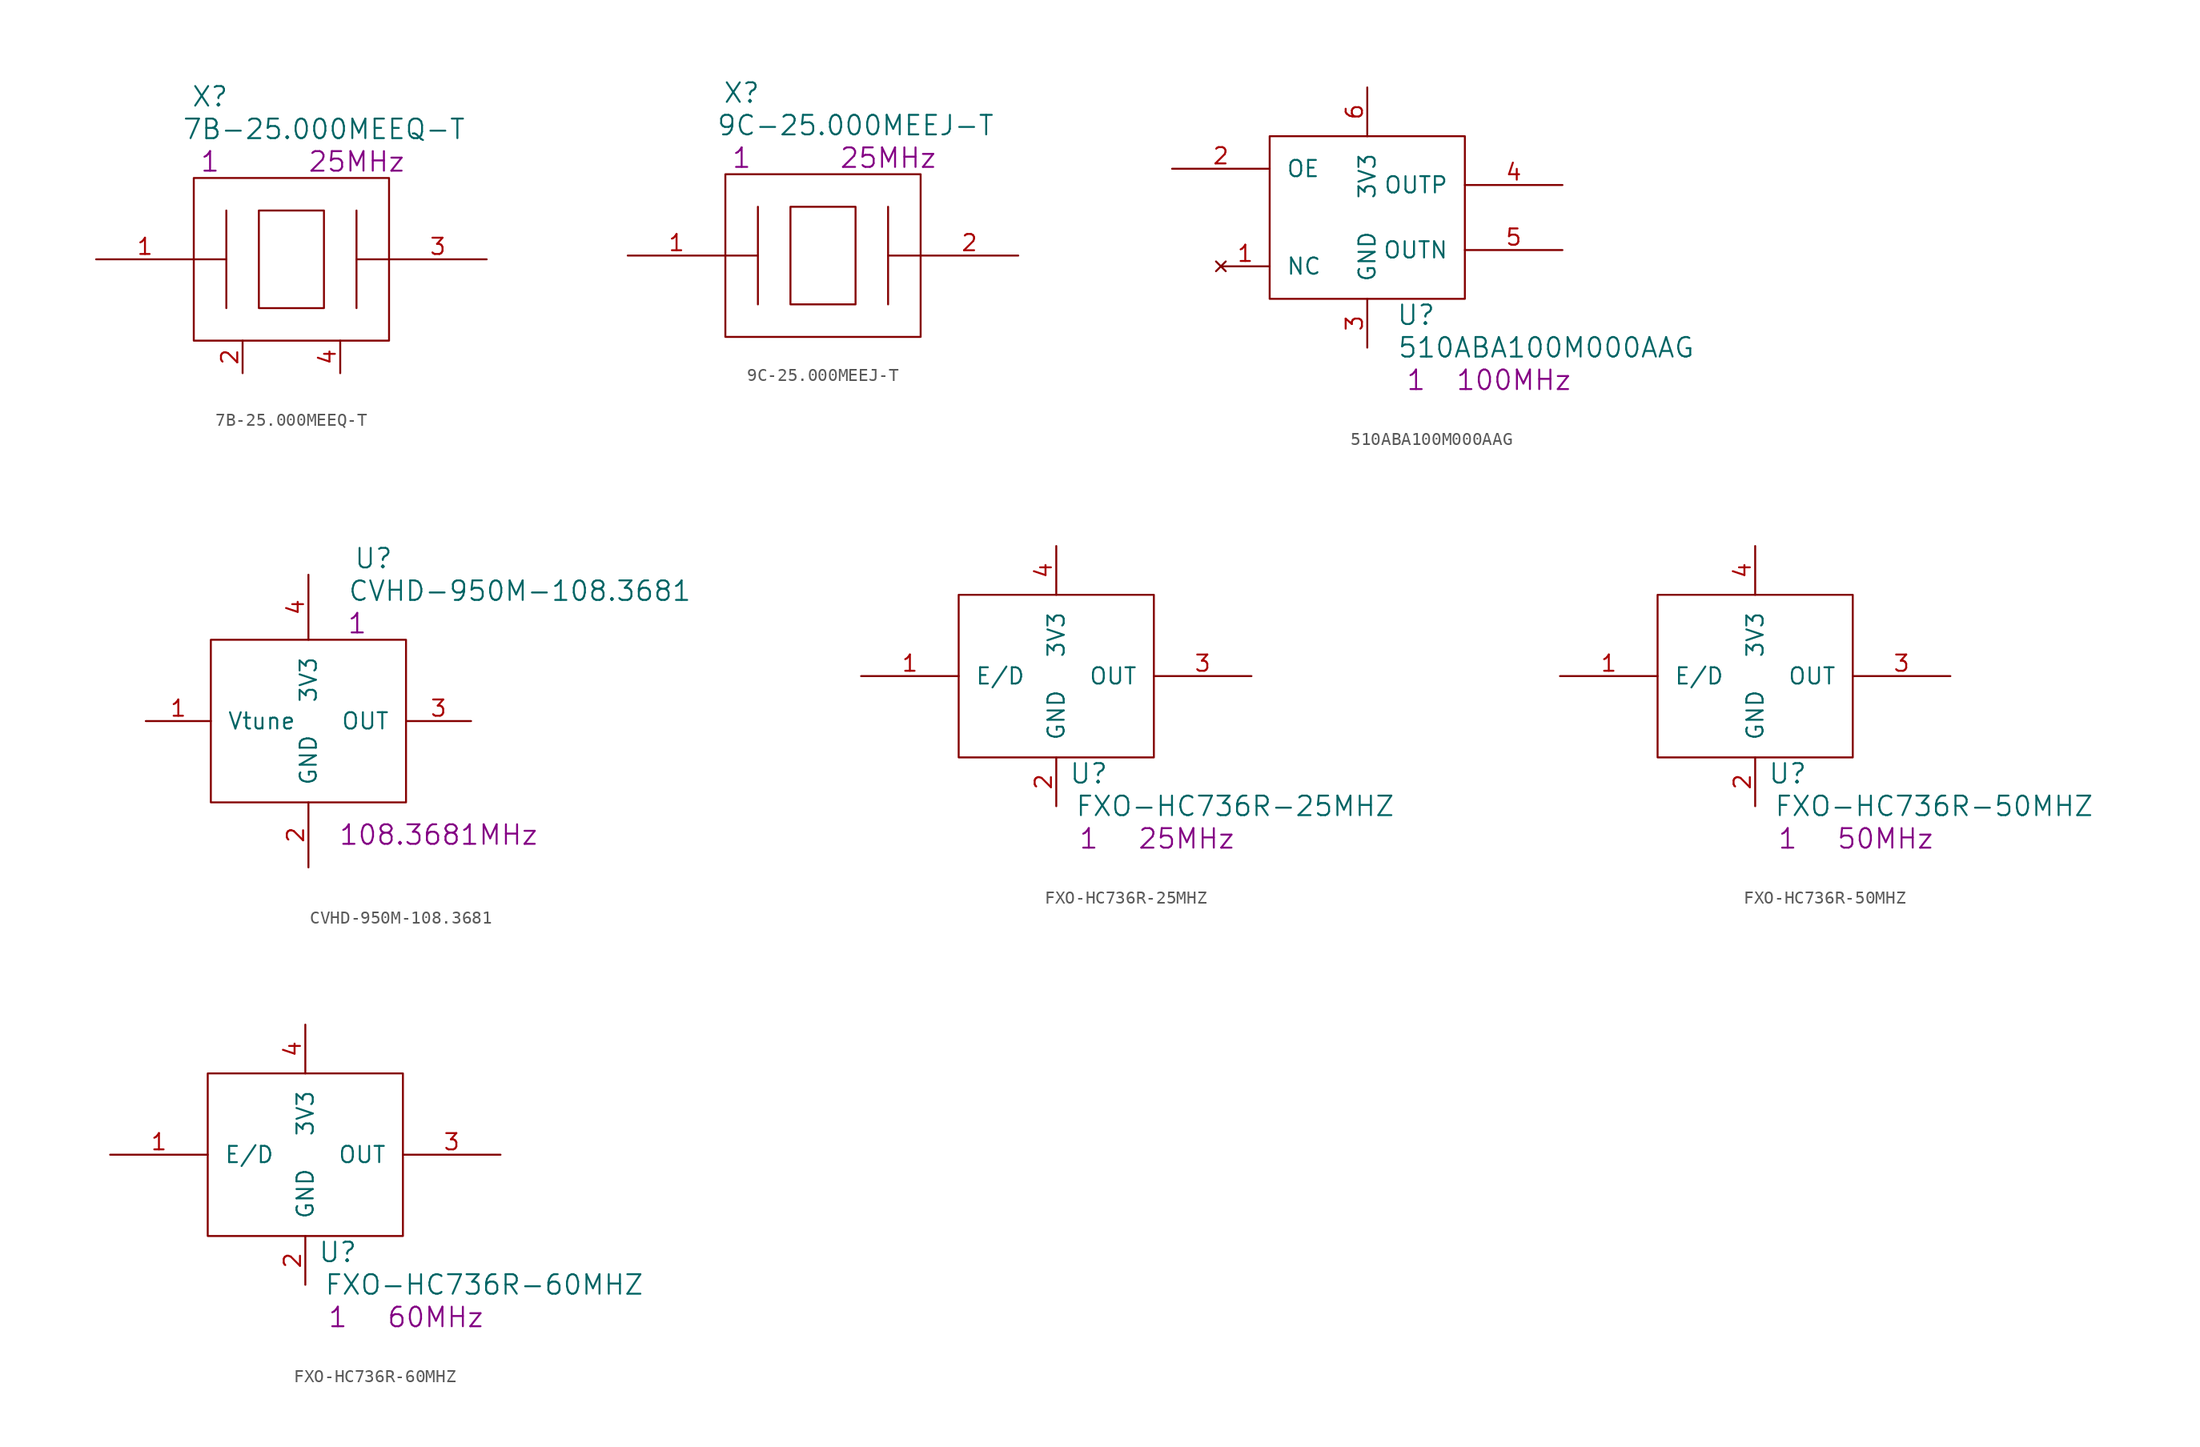
<source format=kicad_sym>
(kicad_symbol_lib
  (version 20211014)
  (generator kicad_symbol_editor)
  (symbol "7B-25.000MEEQ-T"
    (pin_names
      (offset 1.27) hide)
    (property "Reference" "X"
      (at 8.89 12.7 0)
      (effects (font (size 1.524 1.524))))
    (property "Value" "7B-25.000MEEQ-T"
      (at 17.78 10.16 0)
      (effects (font (size 1.524 1.524))))
    (property "Datasheet" ""
      (at 0 0 0)
      (effects (font (size 1.524 1.524))))
    (property "Qty" "1"
      (at 8.89 7.62 0)
      (effects (font (size 1.524 1.524))))
    (property "Desc1" "25MHz"
      (at 20.32 7.62 0)
      (effects (font (size 1.524 1.524))))
    (symbol "7B-25.000MEEQ-T_0_1"
      (polyline (pts (xy 10.16 0) (xy 7.62 0)) (stroke (width 0) (type default) (color 0 0 0 0)) (fill (type none)))
      (polyline (pts (xy 10.16 3.81) (xy 10.16 -3.81)) (stroke (width 0) (type default) (color 0 0 0 0)) (fill (type none)))
      (polyline (pts (xy 20.32 3.81) (xy 20.32 -3.81)) (stroke (width 0) (type default) (color 0 0 0 0)) (fill (type none)))
      (polyline (pts (xy 22.86 0) (xy 20.32 0)) (stroke (width 0) (type default) (color 0 0 0 0)) (fill (type none)))
      (rectangle (start 7.62 6.35) (end 22.86 -6.35) (stroke (width 0) (type default) (color 0 0 0 0)) (fill (type none)))
      (rectangle (start 12.7 3.81) (end 17.78 -3.81) (stroke (width 0) (type default) (color 0 0 0 0)) (fill (type none))))
    (symbol "7B-25.000MEEQ-T_1_1"
      (pin passive line (at 0 0 0) (length 7.62) (name "XI" (effects (font (size 1.27 1.27)))) (number "1" (effects (font (size 1.27 1.27)))))
      (pin power_in line (at 11.43 -8.89 90) (length 2.54) (name "GND" (effects (font (size 1.27 1.27)))) (number "2" (effects (font (size 1.27 1.27)))))
      (pin passive line (at 30.48 0 180) (length 7.62) (name "XO" (effects (font (size 1.27 1.27)))) (number "3" (effects (font (size 1.27 1.27)))))
      (pin power_in line (at 19.05 -8.89 90) (length 2.54) (name "GND" (effects (font (size 1.27 1.27)))) (number "4" (effects (font (size 1.27 1.27)))))))
  (symbol "9C-25.000MEEJ-T"
    (pin_names
      (offset 1.27) hide)
    (property "Reference" "X"
      (at 8.89 12.7 0)
      (effects (font (size 1.524 1.524))))
    (property "Value" "9C-25.000MEEJ-T"
      (at 17.78 10.16 0)
      (effects (font (size 1.524 1.524))))
    (property "Datasheet" ""
      (at 0 0 0)
      (effects (font (size 1.524 1.524))))
    (property "Qty" "1"
      (at 8.89 7.62 0)
      (effects (font (size 1.524 1.524))))
    (property "Desc1" "25MHz"
      (at 20.32 7.62 0)
      (effects (font (size 1.524 1.524))))
    (symbol "9C-25.000MEEJ-T_0_1"
      (polyline (pts (xy 10.16 0) (xy 7.62 0)) (stroke (width 0) (type default) (color 0 0 0 0)) (fill (type none)))
      (polyline (pts (xy 10.16 3.81) (xy 10.16 -3.81)) (stroke (width 0) (type default) (color 0 0 0 0)) (fill (type none)))
      (polyline (pts (xy 20.32 3.81) (xy 20.32 -3.81)) (stroke (width 0) (type default) (color 0 0 0 0)) (fill (type none)))
      (polyline (pts (xy 22.86 0) (xy 20.32 0)) (stroke (width 0) (type default) (color 0 0 0 0)) (fill (type none)))
      (rectangle (start 7.62 6.35) (end 22.86 -6.35) (stroke (width 0) (type default) (color 0 0 0 0)) (fill (type none)))
      (rectangle (start 12.7 3.81) (end 17.78 -3.81) (stroke (width 0) (type default) (color 0 0 0 0)) (fill (type none))))
    (symbol "9C-25.000MEEJ-T_1_1"
      (pin passive line (at 0 0 0) (length 7.62) (name "XI" (effects (font (size 1.27 1.27)))) (number "1" (effects (font (size 1.27 1.27)))))
      (pin passive line (at 30.48 0 180) (length 7.62) (name "XO" (effects (font (size 1.27 1.27)))) (number "2" (effects (font (size 1.27 1.27)))))))
  (symbol "510ABA100M000AAG"
    (pin_names
      (offset 1.27))
    (property "Reference" "U"
      (at 19.05 -11.43 0)
      (effects (font (size 1.524 1.524))))
    (property "Value" "510ABA100M000AAG"
      (at 29.21 -13.97 0)
      (effects (font (size 1.524 1.524))))
    (property "Datasheet" ""
      (at 0 -3.81 0)
      (effects (font (size 1.524 1.524))))
    (property "Qty" "1"
      (at 19.05 -16.51 0)
      (effects (font (size 1.524 1.524))))
    (property "Desc1" "100MHz"
      (at 26.67 -16.51 0)
      (effects (font (size 1.524 1.524))))
    (symbol "510ABA100M000AAG_0_1"
      (rectangle (start 7.62 2.54) (end 22.86 -10.16) (stroke (width 0) (type default) (color 0 0 0 0)) (fill (type none))))
    (symbol "510ABA100M000AAG_1_1"
      (pin no_connect line (at 3.81 -7.62 0) (length 3.81) (name "NC" (effects (font (size 1.27 1.27)))) (number "1" (effects (font (size 1.27 1.27)))))
      (pin input line (at 0 0 0) (length 7.62) (name "OE" (effects (font (size 1.27 1.27)))) (number "2" (effects (font (size 1.27 1.27)))))
      (pin power_out line (at 15.24 -13.97 90) (length 3.81) (name "GND" (effects (font (size 1.27 1.27)))) (number "3" (effects (font (size 1.27 1.27)))))
      (pin output line (at 30.48 -1.27 180) (length 7.62) (name "OUTP" (effects (font (size 1.27 1.27)))) (number "4" (effects (font (size 1.27 1.27)))))
      (pin output line (at 30.48 -6.35 180) (length 7.62) (name "OUTN" (effects (font (size 1.27 1.27)))) (number "5" (effects (font (size 1.27 1.27)))))
      (pin power_in line (at 15.24 6.35 270) (length 3.81) (name "3V3" (effects (font (size 1.27 1.27)))) (number "6" (effects (font (size 1.27 1.27)))))))
  (symbol "CVHD-950M-108.3681"
    (pin_names
      (offset 1.27))
    (property "Reference" "U"
      (at 17.78 12.7 0)
      (effects (font (size 1.524 1.524))))
    (property "Value" "CVHD-950M-108.3681"
      (at 29.21 10.16 0)
      (effects (font (size 1.524 1.524))))
    (property "Datasheet" ""
      (at -2.54 0 0)
      (effects (font (size 1.524 1.524))))
    (property "Qty" "1"
      (at 16.51 7.62 0)
      (effects (font (size 1.524 1.524))))
    (property "Desc1" "108.3681MHz"
      (at 22.86 -8.89 0)
      (effects (font (size 1.524 1.524))))
    (symbol "CVHD-950M-108.3681_0_1"
      (rectangle (start 5.08 6.35) (end 20.32 -6.35) (stroke (width 0) (type default) (color 0 0 0 0)) (fill (type none))))
    (symbol "CVHD-950M-108.3681_1_1"
      (pin input line (at 0 0 0) (length 5.08) (name "Vtune" (effects (font (size 1.27 1.27)))) (number "1" (effects (font (size 1.27 1.27)))))
      (pin power_out line (at 12.7 -11.43 90) (length 5.08) (name "GND" (effects (font (size 1.27 1.27)))) (number "2" (effects (font (size 1.27 1.27)))))
      (pin output line (at 25.4 0 180) (length 5.08) (name "OUT" (effects (font (size 1.27 1.27)))) (number "3" (effects (font (size 1.27 1.27)))))
      (pin power_in line (at 12.7 11.43 270) (length 5.08) (name "3V3" (effects (font (size 1.27 1.27)))) (number "4" (effects (font (size 1.27 1.27)))))))
  (symbol "FXO-HC736R-25MHZ"
    (pin_names
      (offset 1.27))
    (property "Reference" "U"
      (at 17.78 -7.62 0)
      (effects (font (size 1.524 1.524))))
    (property "Value" "FXO-HC736R-25MHZ"
      (at 29.21 -10.16 0)
      (effects (font (size 1.524 1.524))))
    (property "Datasheet" ""
      (at 0 0 0)
      (effects (font (size 1.524 1.524))))
    (property "Qty" "1"
      (at 17.78 -12.7 0)
      (effects (font (size 1.524 1.524))))
    (property "Desc1" "25MHz"
      (at 25.4 -12.7 0)
      (effects (font (size 1.524 1.524))))
    (symbol "FXO-HC736R-25MHZ_0_1"
      (rectangle (start 7.62 6.35) (end 22.86 -6.35) (stroke (width 0) (type default) (color 0 0 0 0)) (fill (type none))))
    (symbol "FXO-HC736R-25MHZ_1_1"
      (pin input line (at 0 0 0) (length 7.62) (name "E/D" (effects (font (size 1.27 1.27)))) (number "1" (effects (font (size 1.27 1.27)))))
      (pin power_out line (at 15.24 -10.16 90) (length 3.81) (name "GND" (effects (font (size 1.27 1.27)))) (number "2" (effects (font (size 1.27 1.27)))))
      (pin output line (at 30.48 0 180) (length 7.62) (name "OUT" (effects (font (size 1.27 1.27)))) (number "3" (effects (font (size 1.27 1.27)))))
      (pin power_in line (at 15.24 10.16 270) (length 3.81) (name "3V3" (effects (font (size 1.27 1.27)))) (number "4" (effects (font (size 1.27 1.27)))))))
  (symbol "FXO-HC736R-50MHZ"
    (pin_names
      (offset 1.27))
    (property "Reference" "U"
      (at 17.78 -7.62 0)
      (effects (font (size 1.524 1.524))))
    (property "Value" "FXO-HC736R-50MHZ"
      (at 29.21 -10.16 0)
      (effects (font (size 1.524 1.524))))
    (property "Datasheet" ""
      (at 0 0 0)
      (effects (font (size 1.524 1.524))))
    (property "Qty" "1"
      (at 17.78 -12.7 0)
      (effects (font (size 1.524 1.524))))
    (property "Desc1" "50MHz"
      (at 25.4 -12.7 0)
      (effects (font (size 1.524 1.524))))
    (symbol "FXO-HC736R-50MHZ_0_1"
      (rectangle (start 7.62 6.35) (end 22.86 -6.35) (stroke (width 0) (type default) (color 0 0 0 0)) (fill (type none))))
    (symbol "FXO-HC736R-50MHZ_1_1"
      (pin input line (at 0 0 0) (length 7.62) (name "E/D" (effects (font (size 1.27 1.27)))) (number "1" (effects (font (size 1.27 1.27)))))
      (pin power_out line (at 15.24 -10.16 90) (length 3.81) (name "GND" (effects (font (size 1.27 1.27)))) (number "2" (effects (font (size 1.27 1.27)))))
      (pin output line (at 30.48 0 180) (length 7.62) (name "OUT" (effects (font (size 1.27 1.27)))) (number "3" (effects (font (size 1.27 1.27)))))
      (pin power_in line (at 15.24 10.16 270) (length 3.81) (name "3V3" (effects (font (size 1.27 1.27)))) (number "4" (effects (font (size 1.27 1.27)))))))
  (symbol "FXO-HC736R-60MHZ"
    (pin_names
      (offset 1.27))
    (property "Reference" "U"
      (at 17.78 -7.62 0)
      (effects (font (size 1.524 1.524))))
    (property "Value" "FXO-HC736R-60MHZ"
      (at 29.21 -10.16 0)
      (effects (font (size 1.524 1.524))))
    (property "Datasheet" ""
      (at 0 0 0)
      (effects (font (size 1.524 1.524))))
    (property "Qty" "1"
      (at 17.78 -12.7 0)
      (effects (font (size 1.524 1.524))))
    (property "Desc1" "60MHz"
      (at 25.4 -12.7 0)
      (effects (font (size 1.524 1.524))))
    (symbol "FXO-HC736R-60MHZ_0_1"
      (rectangle (start 7.62 6.35) (end 22.86 -6.35) (stroke (width 0) (type default) (color 0 0 0 0)) (fill (type none))))
    (symbol "FXO-HC736R-60MHZ_1_1"
      (pin input line (at 0 0 0) (length 7.62) (name "E/D" (effects (font (size 1.27 1.27)))) (number "1" (effects (font (size 1.27 1.27)))))
      (pin power_out line (at 15.24 -10.16 90) (length 3.81) (name "GND" (effects (font (size 1.27 1.27)))) (number "2" (effects (font (size 1.27 1.27)))))
      (pin output line (at 30.48 0 180) (length 7.62) (name "OUT" (effects (font (size 1.27 1.27)))) (number "3" (effects (font (size 1.27 1.27)))))
      (pin power_in line (at 15.24 10.16 270) (length 3.81) (name "3V3" (effects (font (size 1.27 1.27)))) (number "4" (effects (font (size 1.27 1.27))))))))
</source>
